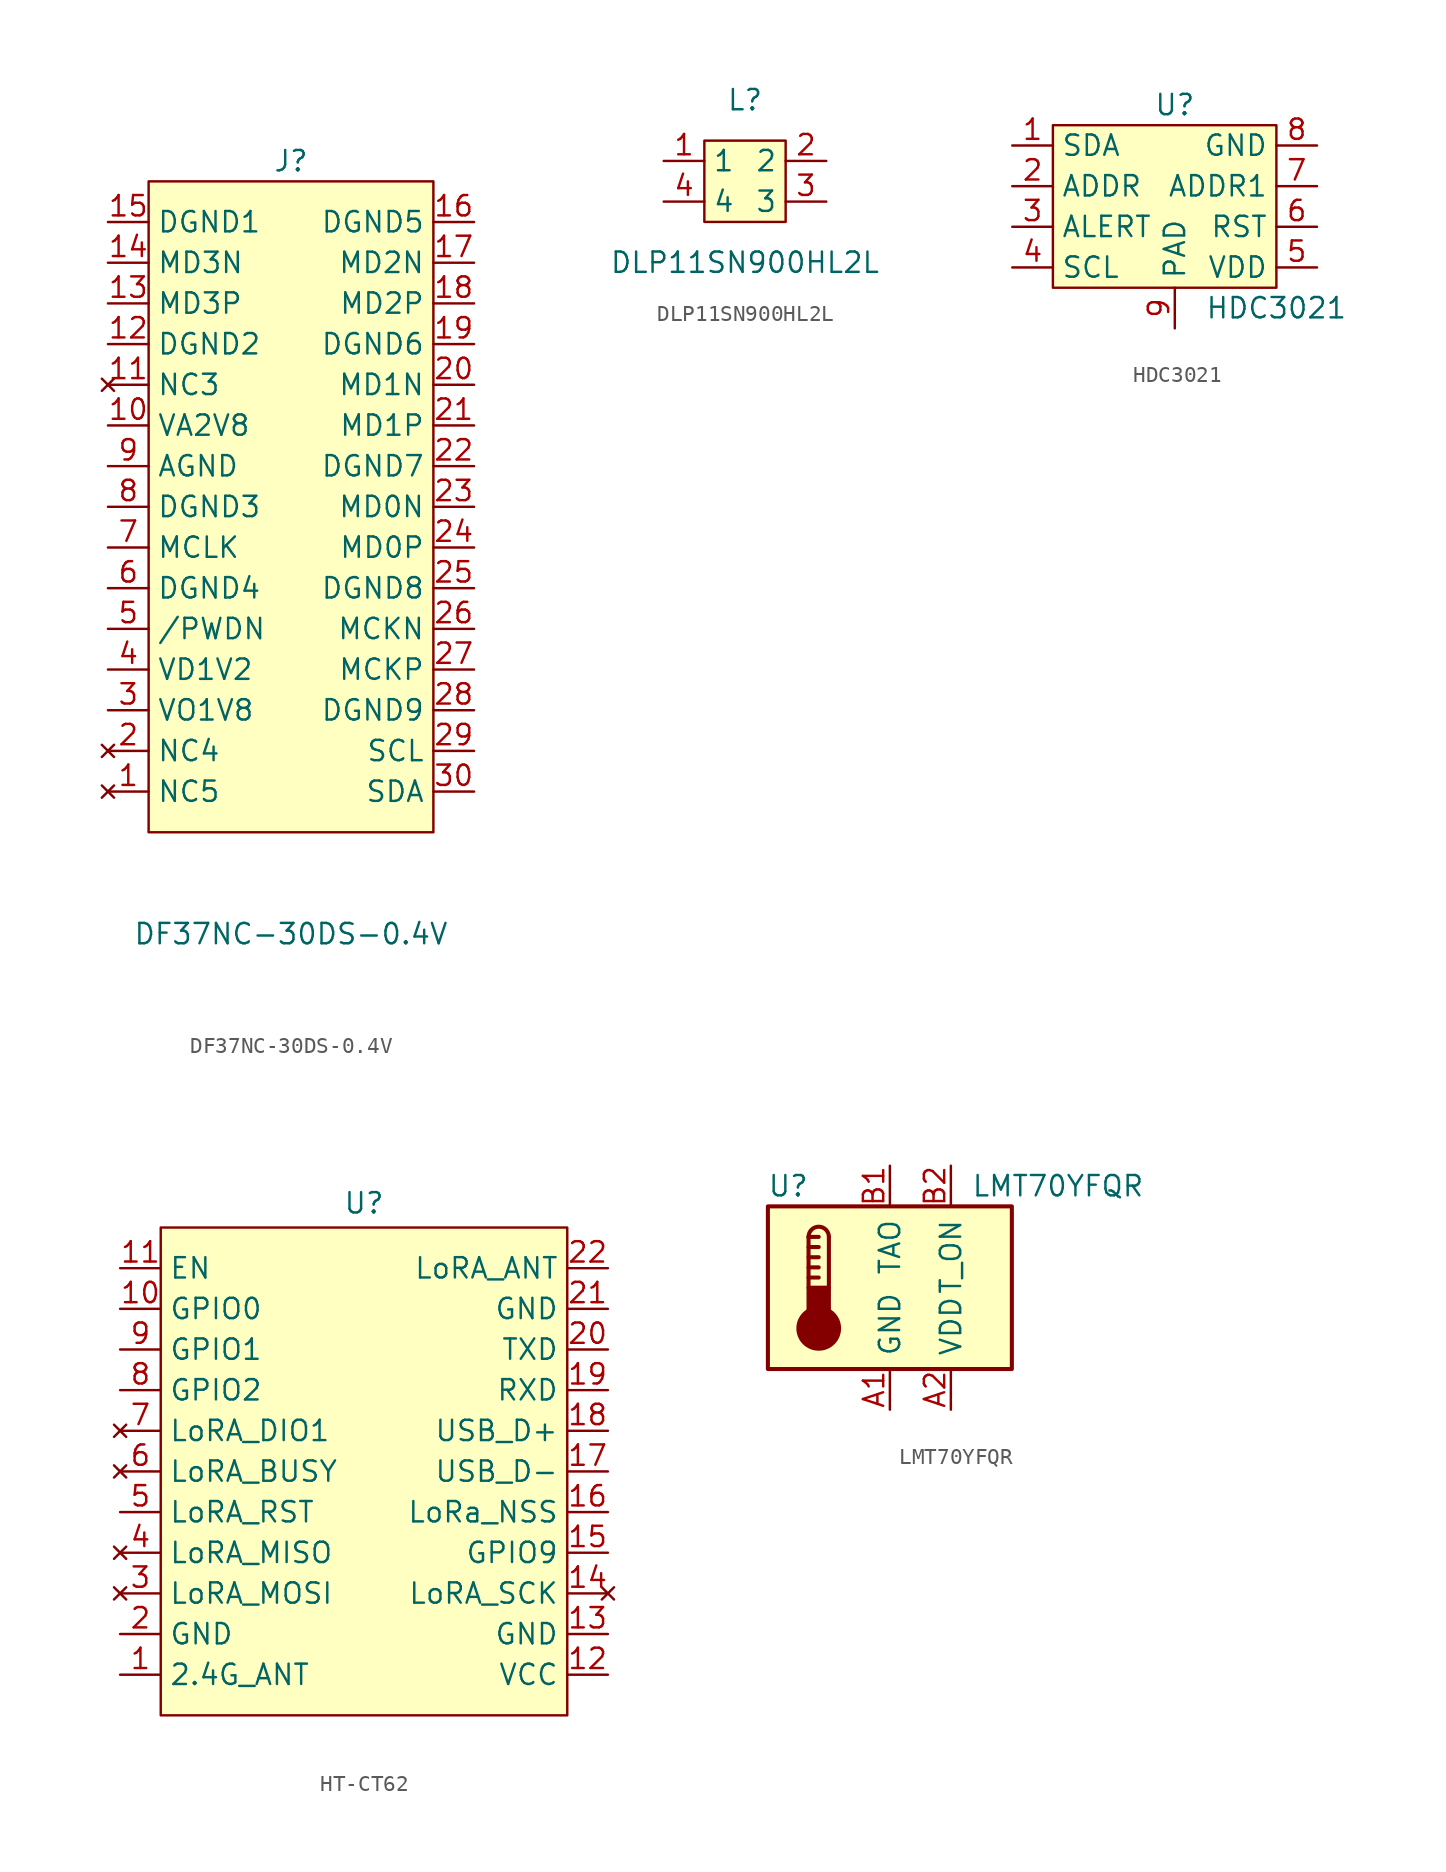
<source format=kicad_sym>
(kicad_symbol_lib
  (version 20231120)
  (generator "kicad_symbol_editor")
  (generator_version "8.0")
  (symbol "DF37NC-30DS-0.4V"
    (property "Reference" "J"
      (at 0 20.32 0)
      (effects (font (size 1.27 1.27))))
    (property "Value" "DF37NC-30DS-0.4V"
      (at 0 -27.94 0)
      (effects (font (size 1.27 1.27))))
    (symbol "DF37NC-30DS-0.4V_0_1"
      (rectangle (start 8.89 19.05) (end -8.89 -21.59) (stroke (width 0.152) (type default)) (fill (type background))))
    (symbol "DF37NC-30DS-0.4V_1_1"
      (pin no_connect line (at -11.43 -19.05 0) (length 2.54) (name "NC5" (effects (font (size 1.27 1.27)))) (number "1" (effects (font (size 1.27 1.27)))))
      (pin power_in line (at -11.43 3.81 0) (length 2.54) (name "VA2V8" (effects (font (size 1.27 1.27)))) (number "10" (effects (font (size 1.27 1.27)))))
      (pin no_connect line (at -11.43 6.35 0) (length 2.54) (name "NC3" (effects (font (size 1.27 1.27)))) (number "11" (effects (font (size 1.27 1.27)))))
      (pin power_in line (at -11.43 8.89 0) (length 2.54) (name "DGND2" (effects (font (size 1.27 1.27)))) (number "12" (effects (font (size 1.27 1.27)))))
      (pin output line (at -11.43 11.43 0) (length 2.54) (name "MD3P" (effects (font (size 1.27 1.27)))) (number "13" (effects (font (size 1.27 1.27)))))
      (pin output line (at -11.43 13.97 0) (length 2.54) (name "MD3N" (effects (font (size 1.27 1.27)))) (number "14" (effects (font (size 1.27 1.27)))))
      (pin power_in line (at -11.43 16.51 0) (length 2.54) (name "DGND1" (effects (font (size 1.27 1.27)))) (number "15" (effects (font (size 1.27 1.27)))))
      (pin power_in line (at 11.43 16.51 180) (length 2.54) (name "DGND5" (effects (font (size 1.27 1.27)))) (number "16" (effects (font (size 1.27 1.27)))))
      (pin output line (at 11.43 13.97 180) (length 2.54) (name "MD2N" (effects (font (size 1.27 1.27)))) (number "17" (effects (font (size 1.27 1.27)))))
      (pin output line (at 11.43 11.43 180) (length 2.54) (name "MD2P" (effects (font (size 1.27 1.27)))) (number "18" (effects (font (size 1.27 1.27)))))
      (pin power_in line (at 11.43 8.89 180) (length 2.54) (name "DGND6" (effects (font (size 1.27 1.27)))) (number "19" (effects (font (size 1.27 1.27)))))
      (pin no_connect line (at -11.43 -16.51 0) (length 2.54) (name "NC4" (effects (font (size 1.27 1.27)))) (number "2" (effects (font (size 1.27 1.27)))))
      (pin output line (at 11.43 6.35 180) (length 2.54) (name "MD1N" (effects (font (size 1.27 1.27)))) (number "20" (effects (font (size 1.27 1.27)))))
      (pin output line (at 11.43 3.81 180) (length 2.54) (name "MD1P" (effects (font (size 1.27 1.27)))) (number "21" (effects (font (size 1.27 1.27)))))
      (pin power_in line (at 11.43 1.27 180) (length 2.54) (name "DGND7" (effects (font (size 1.27 1.27)))) (number "22" (effects (font (size 1.27 1.27)))))
      (pin output line (at 11.43 -1.27 180) (length 2.54) (name "MD0N" (effects (font (size 1.27 1.27)))) (number "23" (effects (font (size 1.27 1.27)))))
      (pin output line (at 11.43 -3.81 180) (length 2.54) (name "MD0P" (effects (font (size 1.27 1.27)))) (number "24" (effects (font (size 1.27 1.27)))))
      (pin power_in line (at 11.43 -6.35 180) (length 2.54) (name "DGND8" (effects (font (size 1.27 1.27)))) (number "25" (effects (font (size 1.27 1.27)))))
      (pin output line (at 11.43 -8.89 180) (length 2.54) (name "MCKN" (effects (font (size 1.27 1.27)))) (number "26" (effects (font (size 1.27 1.27)))))
      (pin output line (at 11.43 -11.43 180) (length 2.54) (name "MCKP" (effects (font (size 1.27 1.27)))) (number "27" (effects (font (size 1.27 1.27)))))
      (pin power_in line (at 11.43 -13.97 180) (length 2.54) (name "DGND9" (effects (font (size 1.27 1.27)))) (number "28" (effects (font (size 1.27 1.27)))))
      (pin input line (at 11.43 -16.51 180) (length 2.54) (name "SCL" (effects (font (size 1.27 1.27)))) (number "29" (effects (font (size 1.27 1.27)))))
      (pin power_in line (at -11.43 -13.97 0) (length 2.54) (name "VO1V8" (effects (font (size 1.27 1.27)))) (number "3" (effects (font (size 1.27 1.27)))))
      (pin bidirectional line (at 11.43 -19.05 180) (length 2.54) (name "SDA" (effects (font (size 1.27 1.27)))) (number "30" (effects (font (size 1.27 1.27)))))
      (pin power_in line (at -11.43 -11.43 0) (length 2.54) (name "VD1V2" (effects (font (size 1.27 1.27)))) (number "4" (effects (font (size 1.27 1.27)))))
      (pin power_in line (at -11.43 -8.89 0) (length 2.54) (name "/PWDN" (effects (font (size 1.27 1.27)))) (number "5" (effects (font (size 1.27 1.27)))))
      (pin power_in line (at -11.43 -6.35 0) (length 2.54) (name "DGND4" (effects (font (size 1.27 1.27)))) (number "6" (effects (font (size 1.27 1.27)))))
      (pin input line (at -11.43 -3.81 0) (length 2.54) (name "MCLK" (effects (font (size 1.27 1.27)))) (number "7" (effects (font (size 1.27 1.27)))))
      (pin power_in line (at -11.43 -1.27 0) (length 2.54) (name "DGND3" (effects (font (size 1.27 1.27)))) (number "8" (effects (font (size 1.27 1.27)))))
      (pin power_in line (at -11.43 1.27 0) (length 2.54) (name "AGND" (effects (font (size 1.27 1.27)))) (number "9" (effects (font (size 1.27 1.27)))))))
  (symbol "DLP11SN900HL2L"
    (property "Reference" "L"
      (at 0 8.89 0)
      (effects (font (size 1.27 1.27))))
    (property "Value" "DLP11SN900HL2L"
      (at 0 -1.27 0)
      (effects (font (size 1.27 1.27))))
    (symbol "DLP11SN900HL2L_0_1"
      (rectangle (start 2.54 6.35) (end -2.54 1.27) (stroke (width 0.152) (type default)) (fill (type background))))
    (symbol "DLP11SN900HL2L_1_1"
      (pin bidirectional line (at -5.08 5.08 0) (length 2.54) (name "1" (effects (font (size 1.27 1.27)))) (number "1" (effects (font (size 1.27 1.27)))))
      (pin bidirectional line (at 5.08 5.08 180) (length 2.54) (name "2" (effects (font (size 1.27 1.27)))) (number "2" (effects (font (size 1.27 1.27)))))
      (pin bidirectional line (at 5.08 2.54 180) (length 2.54) (name "3" (effects (font (size 1.27 1.27)))) (number "3" (effects (font (size 1.27 1.27)))))
      (pin bidirectional line (at -5.08 2.54 0) (length 2.54) (name "4" (effects (font (size 1.27 1.27)))) (number "4" (effects (font (size 1.27 1.27)))))))
  (symbol "HDC3021"
    (property "Reference" "U"
      (at 0 8.89 0)
      (effects (font (size 1.27 1.27))))
    (property "Value" "HDC3021"
      (at 6.35 -3.81 0)
      (effects (font (size 1.27 1.27))))
    (symbol "HDC3021_0_1"
      (rectangle (start 6.35 7.62) (end -7.62 -2.54) (stroke (width 0.152) (type default)) (fill (type background))))
    (symbol "HDC3021_1_1"
      (pin input line (at -10.16 6.35 0) (length 2.54) (name "SDA" (effects (font (size 1.27 1.27)))) (number "1" (effects (font (size 1.27 1.27)))))
      (pin input line (at -10.16 3.81 0) (length 2.54) (name "ADDR" (effects (font (size 1.27 1.27)))) (number "2" (effects (font (size 1.27 1.27)))))
      (pin input line (at -10.16 1.27 0) (length 2.54) (name "ALERT" (effects (font (size 1.27 1.27)))) (number "3" (effects (font (size 1.27 1.27)))))
      (pin input line (at -10.16 -1.27 0) (length 2.54) (name "SCL" (effects (font (size 1.27 1.27)))) (number "4" (effects (font (size 1.27 1.27)))))
      (pin input line (at 8.89 -1.27 180) (length 2.54) (name "VDD" (effects (font (size 1.27 1.27)))) (number "5" (effects (font (size 1.27 1.27)))))
      (pin input line (at 8.89 1.27 180) (length 2.54) (name "RST" (effects (font (size 1.27 1.27)))) (number "6" (effects (font (size 1.27 1.27)))))
      (pin input line (at 8.89 3.81 180) (length 2.54) (name "ADDR1" (effects (font (size 1.27 1.27)))) (number "7" (effects (font (size 1.27 1.27)))))
      (pin input line (at 8.89 6.35 180) (length 2.54) (name "GND" (effects (font (size 1.27 1.27)))) (number "8" (effects (font (size 1.27 1.27)))))
      (pin input line (at 0 -5.08 90) (length 2.54) (name "PAD" (effects (font (size 1.27 1.27)))) (number "9" (effects (font (size 1.27 1.27)))))))
  (symbol "HT-CT62"
    (property "Reference" "U"
      (at 0 20.574 0)
      (effects (font (size 1.27 1.27))))
    (property "Value" ""
      (at 0 0 0)
      (effects (font (size 1.27 1.27))))
    (symbol "HT-CT62_1_1"
      (rectangle (start -12.7 19.05) (end 12.7 -11.43) (stroke (width 0) (type default)) (fill (type background)))
      (pin output line (at -15.24 -8.89 0) (length 2.54) (name "2.4G_ANT" (effects (font (size 1.27 1.27)))) (number "1" (effects (font (size 1.27 1.27)))))
      (pin bidirectional line (at -15.24 13.97 0) (length 2.54) (name "GPIO0" (effects (font (size 1.27 1.27)))) (number "10" (effects (font (size 1.27 1.27)))))
      (pin bidirectional line (at -15.24 16.51 0) (length 2.54) (name "EN" (effects (font (size 1.27 1.27)))) (number "11" (effects (font (size 1.27 1.27)))))
      (pin input line (at 15.24 -8.89 180) (length 2.54) (name "VCC" (effects (font (size 1.27 1.27)))) (number "12" (effects (font (size 1.27 1.27)))))
      (pin output line (at 15.24 -6.35 180) (length 2.54) (name "GND" (effects (font (size 1.27 1.27)))) (number "13" (effects (font (size 1.27 1.27)))))
      (pin no_connect line (at 15.24 -3.81 180) (length 2.54) (name "LoRA_SCK" (effects (font (size 1.27 1.27)))) (number "14" (effects (font (size 1.27 1.27)))))
      (pin bidirectional line (at 15.24 -1.27 180) (length 2.54) (name "GPIO9" (effects (font (size 1.27 1.27)))) (number "15" (effects (font (size 1.27 1.27)))))
      (pin passive line (at 15.24 1.27 180) (length 2.54) (name "LoRa_NSS" (effects (font (size 1.27 1.27)))) (number "16" (effects (font (size 1.27 1.27)))))
      (pin bidirectional line (at 15.24 3.81 180) (length 2.54) (name "USB_D-" (effects (font (size 1.27 1.27)))) (number "17" (effects (font (size 1.27 1.27)))))
      (pin bidirectional line (at 15.24 6.35 180) (length 2.54) (name "USB_D+" (effects (font (size 1.27 1.27)))) (number "18" (effects (font (size 1.27 1.27)))))
      (pin input line (at 15.24 8.89 180) (length 2.54) (name "RXD" (effects (font (size 1.27 1.27)))) (number "19" (effects (font (size 1.27 1.27)))))
      (pin output line (at -15.24 -6.35 0) (length 2.54) (name "GND" (effects (font (size 1.27 1.27)))) (number "2" (effects (font (size 1.27 1.27)))))
      (pin output line (at 15.24 11.43 180) (length 2.54) (name "TXD" (effects (font (size 1.27 1.27)))) (number "20" (effects (font (size 1.27 1.27)))))
      (pin output line (at 15.24 13.97 180) (length 2.54) (name "GND" (effects (font (size 1.27 1.27)))) (number "21" (effects (font (size 1.27 1.27)))))
      (pin output line (at 15.24 16.51 180) (length 2.54) (name "LoRA_ANT" (effects (font (size 1.27 1.27)))) (number "22" (effects (font (size 1.27 1.27)))))
      (pin no_connect line (at -15.24 -3.81 0) (length 2.54) (name "LoRA_MOSI" (effects (font (size 1.27 1.27)))) (number "3" (effects (font (size 1.27 1.27)))))
      (pin no_connect line (at -15.24 -1.27 0) (length 2.54) (name "LoRA_MISO" (effects (font (size 1.27 1.27)))) (number "4" (effects (font (size 1.27 1.27)))))
      (pin passive line (at -15.24 1.27 0) (length 2.54) (name "LoRA_RST" (effects (font (size 1.27 1.27)))) (number "5" (effects (font (size 1.27 1.27)))))
      (pin no_connect line (at -15.24 3.81 0) (length 2.54) (name "LoRA_BUSY" (effects (font (size 1.27 1.27)))) (number "6" (effects (font (size 1.27 1.27)))))
      (pin no_connect line (at -15.24 6.35 0) (length 2.54) (name "LoRA_DIO1" (effects (font (size 1.27 1.27)))) (number "7" (effects (font (size 1.27 1.27)))))
      (pin bidirectional line (at -15.24 8.89 0) (length 2.54) (name "GPIO2" (effects (font (size 1.27 1.27)))) (number "8" (effects (font (size 1.27 1.27)))))
      (pin bidirectional line (at -15.24 11.43 0) (length 2.54) (name "GPIO1" (effects (font (size 1.27 1.27)))) (number "9" (effects (font (size 1.27 1.27)))))))
  (symbol "LMT70YFQR"
    (pin_names
      (offset 0.762))
    (property "Reference" "U"
      (at -6.35 6.35 0)
      (effects (font (size 1.27 1.27))))
    (property "Value" "LMT70YFQR"
      (at 5.08 6.35 0)
      (effects (font (size 1.27 1.27)) (justify left)))
    (symbol "LMT70YFQR_0_1"
      (rectangle (start -7.62 5.08) (end 7.62 -5.08) (stroke (width 0.254) (type default)) (fill (type background)))
      (circle (center -4.445 -2.54) (radius 1.27) (stroke (width 0.254) (type default)) (fill (type outline)))
      (rectangle (start -3.81 -1.905) (end -5.08 0) (stroke (width 0.254) (type default)) (fill (type outline)))
      (arc (start -3.81 3.175) (mid -4.445 3.8072) (end -5.08 3.175) (stroke (width 0.254) (type default)) (fill (type none)))
      (polyline (pts (xy -5.08 0.635) (xy -4.445 0.635)) (stroke (width 0.254) (type default)) (fill (type none)))
      (polyline (pts (xy -5.08 1.27) (xy -4.445 1.27)) (stroke (width 0.254) (type default)) (fill (type none)))
      (polyline (pts (xy -5.08 1.905) (xy -4.445 1.905)) (stroke (width 0.254) (type default)) (fill (type none)))
      (polyline (pts (xy -5.08 2.54) (xy -4.445 2.54)) (stroke (width 0.254) (type default)) (fill (type none)))
      (polyline (pts (xy -5.08 3.175) (xy -5.08 0)) (stroke (width 0.254) (type default)) (fill (type none)))
      (polyline (pts (xy -5.08 3.175) (xy -4.445 3.175)) (stroke (width 0.254) (type default)) (fill (type none)))
      (polyline (pts (xy -3.81 3.175) (xy -3.81 0)) (stroke (width 0.254) (type default)) (fill (type none))))
    (symbol "LMT70YFQR_1_1"
      (pin power_in line (at 0 -7.62 90) (length 2.54) (name "GND" (effects (font (size 1.27 1.27)))) (number "A1" (effects (font (size 1.27 1.27)))))
      (pin power_in line (at 3.81 -7.62 90) (length 2.54) (name "VDD" (effects (font (size 1.27 1.27)))) (number "A2" (effects (font (size 1.27 1.27)))))
      (pin output line (at 0 7.62 270) (length 2.54) (name "TAO" (effects (font (size 1.27 1.27)))) (number "B1" (effects (font (size 1.27 1.27)))))
      (pin power_in line (at 3.81 7.62 270) (length 2.54) (name "T_ON" (effects (font (size 1.27 1.27)))) (number "B2" (effects (font (size 1.27 1.27))))))))
</source>
